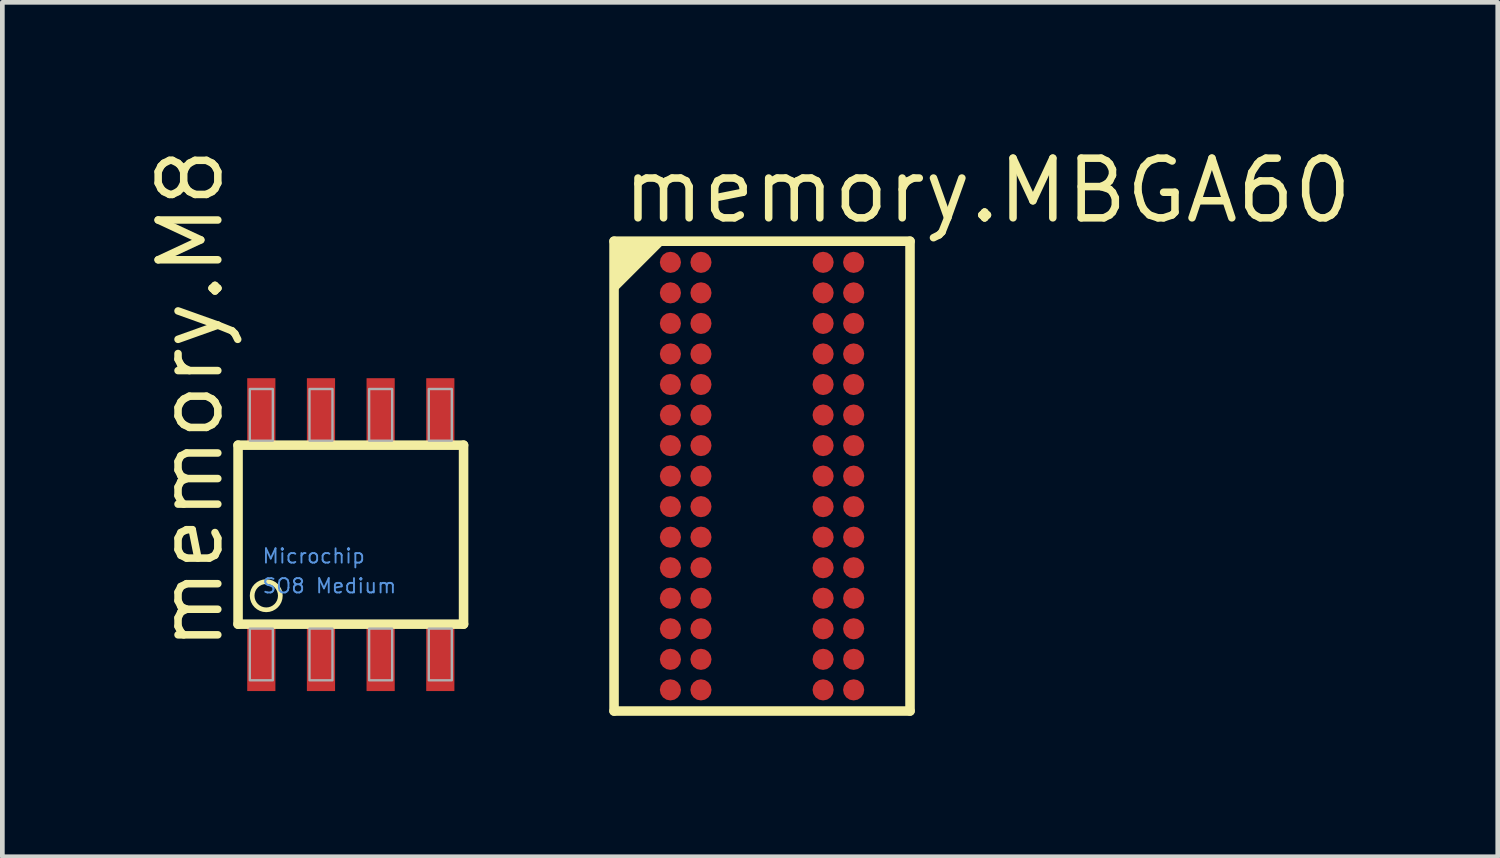
<source format=kicad_pcb>
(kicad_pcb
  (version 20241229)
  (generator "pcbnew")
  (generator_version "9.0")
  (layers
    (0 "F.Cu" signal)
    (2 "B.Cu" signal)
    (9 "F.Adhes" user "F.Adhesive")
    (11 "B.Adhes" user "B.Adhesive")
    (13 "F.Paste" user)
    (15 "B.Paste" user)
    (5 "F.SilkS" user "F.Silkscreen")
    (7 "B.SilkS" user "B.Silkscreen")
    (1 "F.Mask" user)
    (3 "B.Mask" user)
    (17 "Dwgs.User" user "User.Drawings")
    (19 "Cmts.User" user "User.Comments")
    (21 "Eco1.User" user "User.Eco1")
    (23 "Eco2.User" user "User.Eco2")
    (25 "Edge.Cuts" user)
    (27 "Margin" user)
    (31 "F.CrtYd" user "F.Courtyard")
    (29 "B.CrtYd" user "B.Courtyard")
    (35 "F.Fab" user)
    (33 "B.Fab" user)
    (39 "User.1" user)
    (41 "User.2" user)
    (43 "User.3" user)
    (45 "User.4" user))
  (footprint "memory.M8"
    (layer "F.Cu")
    (at 4.417 8.33)
    (property "Reference" "memory.M8" (at -2.667 2.54 90) (layer "F.SilkS") (effects (font (size 1.27 1.27) (thickness 0.16)) (justify left bottom)))
    (attr smd)
    (fp_line (start -2.4 -1.905) (end 2.4 -1.905) (stroke (width 0.203) (type default)) (layer "F.SilkS"))
    (fp_line (start -2.4 1.905) (end -2.4 -1.905) (stroke (width 0.203) (type default)) (layer "F.SilkS"))
    (fp_line (start 2.4 -1.905) (end 2.4 1.905) (stroke (width 0.203) (type default)) (layer "F.SilkS"))
    (fp_line (start 2.4 1.905) (end -2.4 1.905) (stroke (width 0.203) (type default)) (layer "F.SilkS"))
    (fp_circle (center -1.8 1.3) (end -1.5 1.3) (stroke (width 0.1) (type default)) (fill no) (layer "F.SilkS"))
    (fp_rect (start -2.15 -2) (end -1.66 -3.1) (stroke (width 0.05) (type default)) (fill no) (layer "F.Fab"))
    (fp_rect (start -2.15 3.1) (end -1.66 2) (stroke (width 0.05) (type default)) (fill no) (layer "F.Fab"))
    (fp_rect (start -0.88 -2) (end -0.39 -3.1) (stroke (width 0.05) (type default)) (fill no) (layer "F.Fab"))
    (fp_rect (start -0.88 3.1) (end -0.39 2) (stroke (width 0.05) (type default)) (fill no) (layer "F.Fab"))
    (fp_rect (start 0.39 -2) (end 0.88 -3.1) (stroke (width 0.05) (type default)) (fill no) (layer "F.Fab"))
    (fp_rect (start 0.39 3.1) (end 0.88 2) (stroke (width 0.05) (type default)) (fill no) (layer "F.Fab"))
    (fp_rect (start 1.66 -2) (end 2.15 -3.1) (stroke (width 0.05) (type default)) (fill no) (layer "F.Fab"))
    (fp_rect (start 1.66 3.1) (end 2.15 2) (stroke (width 0.05) (type default)) (fill no) (layer "F.Fab"))
    (fp_text user "SO8 Medium" (at -1.905 1.27 0) (layer "Cmts.User") (effects (font (size 0.305 0.305) (thickness 0.04)) (justify left bottom)))
    (fp_text user "Microchip" (at -1.905 0.635 0) (layer "Cmts.User") (effects (font (size 0.305 0.305) (thickness 0.04)) (justify left bottom)))
    (pad "1" smd roundrect (at -1.905 2.63) (size 0.6 1.4) (layers "F.Cu" "F.Mask" "F.Paste") (roundrect_rratio 0.01))
    (pad "2" smd roundrect (at -0.635 2.63) (size 0.6 1.4) (layers "F.Cu" "F.Mask" "F.Paste") (roundrect_rratio 0.01))
    (pad "3" smd roundrect (at 0.635 2.63) (size 0.6 1.4) (layers "F.Cu" "F.Mask" "F.Paste") (roundrect_rratio 0.01))
    (pad "4" smd roundrect (at 1.905 2.63) (size 0.6 1.4) (layers "F.Cu" "F.Mask" "F.Paste") (roundrect_rratio 0.01))
    (pad "5" smd roundrect (at 1.905 -2.63) (size 0.6 1.4) (layers "F.Cu" "F.Mask" "F.Paste") (roundrect_rratio 0.01))
    (pad "6" smd roundrect (at 0.635 -2.63) (size 0.6 1.4) (layers "F.Cu" "F.Mask" "F.Paste") (roundrect_rratio 0.01))
    (pad "7" smd roundrect (at -0.635 -2.63) (size 0.6 1.4) (layers "F.Cu" "F.Mask" "F.Paste") (roundrect_rratio 0.01))
    (pad "8" smd roundrect (at -1.905 -2.63) (size 0.6 1.4) (layers "F.Cu" "F.Mask" "F.Paste") (roundrect_rratio 0.01)))
  (footprint "memory.MBGA60"
    (layer "F.Cu")
    (at 13.17 7.084)
    (property "Reference" "memory.MBGA60" (at -3.048 -5.334 0) (layer "F.SilkS") (effects (font (size 1.27 1.27) (thickness 0.16)) (justify left bottom)))
    (attr smd)
    (fp_circle (center -1.95 -4.55) (end -1.75 -4.55) (stroke (width 0.1) (type default)) (fill no) (layer "F.Mask"))
    (fp_circle (center -1.95 -3.9) (end -1.75 -3.9) (stroke (width 0.1) (type default)) (fill no) (layer "F.Mask"))
    (fp_circle (center -1.95 -3.25) (end -1.75 -3.25) (stroke (width 0.1) (type default)) (fill no) (layer "F.Mask"))
    (fp_circle (center -1.95 -2.6) (end -1.75 -2.6) (stroke (width 0.1) (type default)) (fill no) (layer "F.Mask"))
    (fp_circle (center -1.95 -1.95) (end -1.75 -1.95) (stroke (width 0.1) (type default)) (fill no) (layer "F.Mask"))
    (fp_circle (center -1.95 -1.3) (end -1.75 -1.3) (stroke (width 0.1) (type default)) (fill no) (layer "F.Mask"))
    (fp_circle (center -1.95 -0.65) (end -1.75 -0.65) (stroke (width 0.1) (type default)) (fill no) (layer "F.Mask"))
    (fp_circle (center -1.95 0) (end -1.75 0) (stroke (width 0.1) (type default)) (fill no) (layer "F.Mask"))
    (fp_circle (center -1.95 0.65) (end -1.75 0.65) (stroke (width 0.1) (type default)) (fill no) (layer "F.Mask"))
    (fp_circle (center -1.95 1.3) (end -1.75 1.3) (stroke (width 0.1) (type default)) (fill no) (layer "F.Mask"))
    (fp_circle (center -1.95 1.95) (end -1.75 1.95) (stroke (width 0.1) (type default)) (fill no) (layer "F.Mask"))
    (fp_circle (center -1.95 2.6) (end -1.75 2.6) (stroke (width 0.1) (type default)) (fill no) (layer "F.Mask"))
    (fp_circle (center -1.95 3.25) (end -1.75 3.25) (stroke (width 0.1) (type default)) (fill no) (layer "F.Mask"))
    (fp_circle (center -1.95 3.9) (end -1.75 3.9) (stroke (width 0.1) (type default)) (fill no) (layer "F.Mask"))
    (fp_circle (center -1.95 4.55) (end -1.75 4.55) (stroke (width 0.1) (type default)) (fill no) (layer "F.Mask"))
    (fp_circle (center -1.3 -4.55) (end -1.1 -4.55) (stroke (width 0.1) (type default)) (fill no) (layer "F.Mask"))
    (fp_circle (center -1.3 -3.9) (end -1.1 -3.9) (stroke (width 0.1) (type default)) (fill no) (layer "F.Mask"))
    (fp_circle (center -1.3 -3.25) (end -1.1 -3.25) (stroke (width 0.1) (type default)) (fill no) (layer "F.Mask"))
    (fp_circle (center -1.3 -2.6) (end -1.1 -2.6) (stroke (width 0.1) (type default)) (fill no) (layer "F.Mask"))
    (fp_circle (center -1.3 -1.95) (end -1.1 -1.95) (stroke (width 0.1) (type default)) (fill no) (layer "F.Mask"))
    (fp_circle (center -1.3 -1.3) (end -1.1 -1.3) (stroke (width 0.1) (type default)) (fill no) (layer "F.Mask"))
    (fp_circle (center -1.3 -0.65) (end -1.1 -0.65) (stroke (width 0.1) (type default)) (fill no) (layer "F.Mask"))
    (fp_circle (center -1.3 0) (end -1.1 0) (stroke (width 0.1) (type default)) (fill no) (layer "F.Mask"))
    (fp_circle (center -1.3 0.65) (end -1.1 0.65) (stroke (width 0.1) (type default)) (fill no) (layer "F.Mask"))
    (fp_circle (center -1.3 1.3) (end -1.1 1.3) (stroke (width 0.1) (type default)) (fill no) (layer "F.Mask"))
    (fp_circle (center -1.3 1.95) (end -1.1 1.95) (stroke (width 0.1) (type default)) (fill no) (layer "F.Mask"))
    (fp_circle (center -1.3 2.6) (end -1.1 2.6) (stroke (width 0.1) (type default)) (fill no) (layer "F.Mask"))
    (fp_circle (center -1.3 3.25) (end -1.1 3.25) (stroke (width 0.1) (type default)) (fill no) (layer "F.Mask"))
    (fp_circle (center -1.3 3.9) (end -1.1 3.9) (stroke (width 0.1) (type default)) (fill no) (layer "F.Mask"))
    (fp_circle (center -1.3 4.55) (end -1.1 4.55) (stroke (width 0.1) (type default)) (fill no) (layer "F.Mask"))
    (fp_circle (center 1.3 -4.55) (end 1.5 -4.55) (stroke (width 0.1) (type default)) (fill no) (layer "F.Mask"))
    (fp_circle (center 1.3 -3.9) (end 1.5 -3.9) (stroke (width 0.1) (type default)) (fill no) (layer "F.Mask"))
    (fp_circle (center 1.3 -3.25) (end 1.5 -3.25) (stroke (width 0.1) (type default)) (fill no) (layer "F.Mask"))
    (fp_circle (center 1.3 -2.6) (end 1.5 -2.6) (stroke (width 0.1) (type default)) (fill no) (layer "F.Mask"))
    (fp_circle (center 1.3 -1.95) (end 1.5 -1.95) (stroke (width 0.1) (type default)) (fill no) (layer "F.Mask"))
    (fp_circle (center 1.3 -1.3) (end 1.5 -1.3) (stroke (width 0.1) (type default)) (fill no) (layer "F.Mask"))
    (fp_circle (center 1.3 -0.65) (end 1.5 -0.65) (stroke (width 0.1) (type default)) (fill no) (layer "F.Mask"))
    (fp_circle (center 1.3 0) (end 1.5 0) (stroke (width 0.1) (type default)) (fill no) (layer "F.Mask"))
    (fp_circle (center 1.3 0.65) (end 1.5 0.65) (stroke (width 0.1) (type default)) (fill no) (layer "F.Mask"))
    (fp_circle (center 1.3 1.3) (end 1.5 1.3) (stroke (width 0.1) (type default)) (fill no) (layer "F.Mask"))
    (fp_circle (center 1.3 1.95) (end 1.5 1.95) (stroke (width 0.1) (type default)) (fill no) (layer "F.Mask"))
    (fp_circle (center 1.3 2.6) (end 1.5 2.6) (stroke (width 0.1) (type default)) (fill no) (layer "F.Mask"))
    (fp_circle (center 1.3 3.25) (end 1.5 3.25) (stroke (width 0.1) (type default)) (fill no) (layer "F.Mask"))
    (fp_circle (center 1.3 3.9) (end 1.5 3.9) (stroke (width 0.1) (type default)) (fill no) (layer "F.Mask"))
    (fp_circle (center 1.3 4.55) (end 1.5 4.55) (stroke (width 0.1) (type default)) (fill no) (layer "F.Mask"))
    (fp_circle (center 1.95 -4.55) (end 2.15 -4.55) (stroke (width 0.1) (type default)) (fill no) (layer "F.Mask"))
    (fp_circle (center 1.95 -3.9) (end 2.15 -3.9) (stroke (width 0.1) (type default)) (fill no) (layer "F.Mask"))
    (fp_circle (center 1.95 -3.25) (end 2.15 -3.25) (stroke (width 0.1) (type default)) (fill no) (layer "F.Mask"))
    (fp_circle (center 1.95 -2.6) (end 2.15 -2.6) (stroke (width 0.1) (type default)) (fill no) (layer "F.Mask"))
    (fp_circle (center 1.95 -1.95) (end 2.15 -1.95) (stroke (width 0.1) (type default)) (fill no) (layer "F.Mask"))
    (fp_circle (center 1.95 -1.3) (end 2.15 -1.3) (stroke (width 0.1) (type default)) (fill no) (layer "F.Mask"))
    (fp_circle (center 1.95 -0.65) (end 2.15 -0.65) (stroke (width 0.1) (type default)) (fill no) (layer "F.Mask"))
    (fp_circle (center 1.95 0) (end 2.15 0) (stroke (width 0.1) (type default)) (fill no) (layer "F.Mask"))
    (fp_circle (center 1.95 0.65) (end 2.15 0.65) (stroke (width 0.1) (type default)) (fill no) (layer "F.Mask"))
    (fp_circle (center 1.95 1.3) (end 2.15 1.3) (stroke (width 0.1) (type default)) (fill no) (layer "F.Mask"))
    (fp_circle (center 1.95 1.95) (end 2.15 1.95) (stroke (width 0.1) (type default)) (fill no) (layer "F.Mask"))
    (fp_circle (center 1.95 2.6) (end 2.15 2.6) (stroke (width 0.1) (type default)) (fill no) (layer "F.Mask"))
    (fp_circle (center 1.95 3.25) (end 2.15 3.25) (stroke (width 0.1) (type default)) (fill no) (layer "F.Mask"))
    (fp_circle (center 1.95 3.9) (end 2.15 3.9) (stroke (width 0.1) (type default)) (fill no) (layer "F.Mask"))
    (fp_circle (center 1.95 4.55) (end 2.15 4.55) (stroke (width 0.1) (type default)) (fill no) (layer "F.Mask"))
    (fp_line (start -3.15 -5) (end 3.15 -5) (stroke (width 0.203) (type default)) (layer "F.SilkS"))
    (fp_line (start -3.15 5) (end -3.15 -5) (stroke (width 0.203) (type default)) (layer "F.SilkS"))
    (fp_line (start 3.15 -5) (end 3.15 5) (stroke (width 0.203) (type default)) (layer "F.SilkS"))
    (fp_line (start 3.15 5) (end -3.15 5) (stroke (width 0.203) (type default)) (layer "F.SilkS"))
    (fp_poly (pts (xy -3.125 -4.05) (xy -2.2 -4.975) (xy -3.125 -4.975)) (stroke (width 0.203) (type default)) (fill yes) (layer "F.SilkS"))
    (pad "A1" smd roundrect (at -1.95 -4.55) (size 0.45 0.45) (layers "F.Cu" "F.Mask" "F.Paste") (roundrect_rratio 0.5))
    (pad "A2" smd roundrect (at -1.3 -4.55) (size 0.45 0.45) (layers "F.Cu" "F.Mask" "F.Paste") (roundrect_rratio 0.5))
    (pad "A6" smd roundrect (at 1.3 -4.55) (size 0.45 0.45) (layers "F.Cu" "F.Mask" "F.Paste") (roundrect_rratio 0.5))
    (pad "A7" smd roundrect (at 1.95 -4.55) (size 0.45 0.45) (layers "F.Cu" "F.Mask" "F.Paste") (roundrect_rratio 0.5))
    (pad "B1" smd roundrect (at -1.95 -3.9) (size 0.45 0.45) (layers "F.Cu" "F.Mask" "F.Paste") (roundrect_rratio 0.5))
    (pad "B2" smd roundrect (at -1.3 -3.9) (size 0.45 0.45) (layers "F.Cu" "F.Mask" "F.Paste") (roundrect_rratio 0.5))
    (pad "B6" smd roundrect (at 1.3 -3.9) (size 0.45 0.45) (layers "F.Cu" "F.Mask" "F.Paste") (roundrect_rratio 0.5))
    (pad "B7" smd roundrect (at 1.95 -3.9) (size 0.45 0.45) (layers "F.Cu" "F.Mask" "F.Paste") (roundrect_rratio 0.5))
    (pad "C1" smd roundrect (at -1.95 -3.25) (size 0.45 0.45) (layers "F.Cu" "F.Mask" "F.Paste") (roundrect_rratio 0.5))
    (pad "C2" smd roundrect (at -1.3 -3.25) (size 0.45 0.45) (layers "F.Cu" "F.Mask" "F.Paste") (roundrect_rratio 0.5))
    (pad "C6" smd roundrect (at 1.3 -3.25) (size 0.45 0.45) (layers "F.Cu" "F.Mask" "F.Paste") (roundrect_rratio 0.5))
    (pad "C7" smd roundrect (at 1.95 -3.25) (size 0.45 0.45) (layers "F.Cu" "F.Mask" "F.Paste") (roundrect_rratio 0.5))
    (pad "D1" smd roundrect (at -1.95 -2.6) (size 0.45 0.45) (layers "F.Cu" "F.Mask" "F.Paste") (roundrect_rratio 0.5))
    (pad "D2" smd roundrect (at -1.3 -2.6) (size 0.45 0.45) (layers "F.Cu" "F.Mask" "F.Paste") (roundrect_rratio 0.5))
    (pad "D6" smd roundrect (at 1.3 -2.6) (size 0.45 0.45) (layers "F.Cu" "F.Mask" "F.Paste") (roundrect_rratio 0.5))
    (pad "D7" smd roundrect (at 1.95 -2.6) (size 0.45 0.45) (layers "F.Cu" "F.Mask" "F.Paste") (roundrect_rratio 0.5))
    (pad "E1" smd roundrect (at -1.95 -1.95) (size 0.45 0.45) (layers "F.Cu" "F.Mask" "F.Paste") (roundrect_rratio 0.5))
    (pad "E2" smd roundrect (at -1.3 -1.95) (size 0.45 0.45) (layers "F.Cu" "F.Mask" "F.Paste") (roundrect_rratio 0.5))
    (pad "E6" smd roundrect (at 1.3 -1.95) (size 0.45 0.45) (layers "F.Cu" "F.Mask" "F.Paste") (roundrect_rratio 0.5))
    (pad "E7" smd roundrect (at 1.95 -1.95) (size 0.45 0.45) (layers "F.Cu" "F.Mask" "F.Paste") (roundrect_rratio 0.5))
    (pad "F1" smd roundrect (at -1.95 -1.3) (size 0.45 0.45) (layers "F.Cu" "F.Mask" "F.Paste") (roundrect_rratio 0.5))
    (pad "F2" smd roundrect (at -1.3 -1.3) (size 0.45 0.45) (layers "F.Cu" "F.Mask" "F.Paste") (roundrect_rratio 0.5))
    (pad "F6" smd roundrect (at 1.3 -1.3) (size 0.45 0.45) (layers "F.Cu" "F.Mask" "F.Paste") (roundrect_rratio 0.5))
    (pad "F7" smd roundrect (at 1.95 -1.3) (size 0.45 0.45) (layers "F.Cu" "F.Mask" "F.Paste") (roundrect_rratio 0.5))
    (pad "G1" smd roundrect (at -1.95 -0.65) (size 0.45 0.45) (layers "F.Cu" "F.Mask" "F.Paste") (roundrect_rratio 0.5))
    (pad "G2" smd roundrect (at -1.3 -0.65) (size 0.45 0.45) (layers "F.Cu" "F.Mask" "F.Paste") (roundrect_rratio 0.5))
    (pad "G6" smd roundrect (at 1.3 -0.65) (size 0.45 0.45) (layers "F.Cu" "F.Mask" "F.Paste") (roundrect_rratio 0.5))
    (pad "G7" smd roundrect (at 1.95 -0.65) (size 0.45 0.45) (layers "F.Cu" "F.Mask" "F.Paste") (roundrect_rratio 0.5))
    (pad "H1" smd roundrect (at -1.95 0) (size 0.45 0.45) (layers "F.Cu" "F.Mask" "F.Paste") (roundrect_rratio 0.5))
    (pad "H2" smd roundrect (at -1.3 0) (size 0.45 0.45) (layers "F.Cu" "F.Mask" "F.Paste") (roundrect_rratio 0.5))
    (pad "H6" smd roundrect (at 1.3 0) (size 0.45 0.45) (layers "F.Cu" "F.Mask" "F.Paste") (roundrect_rratio 0.5))
    (pad "H7" smd roundrect (at 1.95 0) (size 0.45 0.45) (layers "F.Cu" "F.Mask" "F.Paste") (roundrect_rratio 0.5))
    (pad "J1" smd roundrect (at -1.95 0.65) (size 0.45 0.45) (layers "F.Cu" "F.Mask" "F.Paste") (roundrect_rratio 0.5))
    (pad "J2" smd roundrect (at -1.3 0.65) (size 0.45 0.45) (layers "F.Cu" "F.Mask" "F.Paste") (roundrect_rratio 0.5))
    (pad "J6" smd roundrect (at 1.3 0.65) (size 0.45 0.45) (layers "F.Cu" "F.Mask" "F.Paste") (roundrect_rratio 0.5))
    (pad "J7" smd roundrect (at 1.95 0.65) (size 0.45 0.45) (layers "F.Cu" "F.Mask" "F.Paste") (roundrect_rratio 0.5))
    (pad "K1" smd roundrect (at -1.95 1.3) (size 0.45 0.45) (layers "F.Cu" "F.Mask" "F.Paste") (roundrect_rratio 0.5))
    (pad "K2" smd roundrect (at -1.3 1.3) (size 0.45 0.45) (layers "F.Cu" "F.Mask" "F.Paste") (roundrect_rratio 0.5))
    (pad "K6" smd roundrect (at 1.3 1.3) (size 0.45 0.45) (layers "F.Cu" "F.Mask" "F.Paste") (roundrect_rratio 0.5))
    (pad "K7" smd roundrect (at 1.95 1.3) (size 0.45 0.45) (layers "F.Cu" "F.Mask" "F.Paste") (roundrect_rratio 0.5))
    (pad "L1" smd roundrect (at -1.95 1.95) (size 0.45 0.45) (layers "F.Cu" "F.Mask" "F.Paste") (roundrect_rratio 0.5))
    (pad "L2" smd roundrect (at -1.3 1.95) (size 0.45 0.45) (layers "F.Cu" "F.Mask" "F.Paste") (roundrect_rratio 0.5))
    (pad "L6" smd roundrect (at 1.3 1.95) (size 0.45 0.45) (layers "F.Cu" "F.Mask" "F.Paste") (roundrect_rratio 0.5))
    (pad "L7" smd roundrect (at 1.95 1.95) (size 0.45 0.45) (layers "F.Cu" "F.Mask" "F.Paste") (roundrect_rratio 0.5))
    (pad "M1" smd roundrect (at -1.95 2.6) (size 0.45 0.45) (layers "F.Cu" "F.Mask" "F.Paste") (roundrect_rratio 0.5))
    (pad "M2" smd roundrect (at -1.3 2.6) (size 0.45 0.45) (layers "F.Cu" "F.Mask" "F.Paste") (roundrect_rratio 0.5))
    (pad "M6" smd roundrect (at 1.3 2.6) (size 0.45 0.45) (layers "F.Cu" "F.Mask" "F.Paste") (roundrect_rratio 0.5))
    (pad "M7" smd roundrect (at 1.95 2.6) (size 0.45 0.45) (layers "F.Cu" "F.Mask" "F.Paste") (roundrect_rratio 0.5))
    (pad "N1" smd roundrect (at -1.95 3.25) (size 0.45 0.45) (layers "F.Cu" "F.Mask" "F.Paste") (roundrect_rratio 0.5))
    (pad "N2" smd roundrect (at -1.3 3.25) (size 0.45 0.45) (layers "F.Cu" "F.Mask" "F.Paste") (roundrect_rratio 0.5))
    (pad "N6" smd roundrect (at 1.3 3.25) (size 0.45 0.45) (layers "F.Cu" "F.Mask" "F.Paste") (roundrect_rratio 0.5))
    (pad "N7" smd roundrect (at 1.95 3.25) (size 0.45 0.45) (layers "F.Cu" "F.Mask" "F.Paste") (roundrect_rratio 0.5))
    (pad "P1" smd roundrect (at -1.95 3.9) (size 0.45 0.45) (layers "F.Cu" "F.Mask" "F.Paste") (roundrect_rratio 0.5))
    (pad "P2" smd roundrect (at -1.3 3.9) (size 0.45 0.45) (layers "F.Cu" "F.Mask" "F.Paste") (roundrect_rratio 0.5))
    (pad "P6" smd roundrect (at 1.3 3.9) (size 0.45 0.45) (layers "F.Cu" "F.Mask" "F.Paste") (roundrect_rratio 0.5))
    (pad "P7" smd roundrect (at 1.95 3.9) (size 0.45 0.45) (layers "F.Cu" "F.Mask" "F.Paste") (roundrect_rratio 0.5))
    (pad "R1" smd roundrect (at -1.95 4.55) (size 0.45 0.45) (layers "F.Cu" "F.Mask" "F.Paste") (roundrect_rratio 0.5))
    (pad "R2" smd roundrect (at -1.3 4.55) (size 0.45 0.45) (layers "F.Cu" "F.Mask" "F.Paste") (roundrect_rratio 0.5))
    (pad "R6" smd roundrect (at 1.3 4.55) (size 0.45 0.45) (layers "F.Cu" "F.Mask" "F.Paste") (roundrect_rratio 0.5))
    (pad "R7" smd roundrect (at 1.95 4.55) (size 0.45 0.45) (layers "F.Cu" "F.Mask" "F.Paste") (roundrect_rratio 0.5)))
  (gr_rect
    (start -3 -3)
    (end 28.83 15.186)
    (stroke (width 0.1) (type default))
    (fill no)
    (layer "Edge.Cuts")))
</source>
